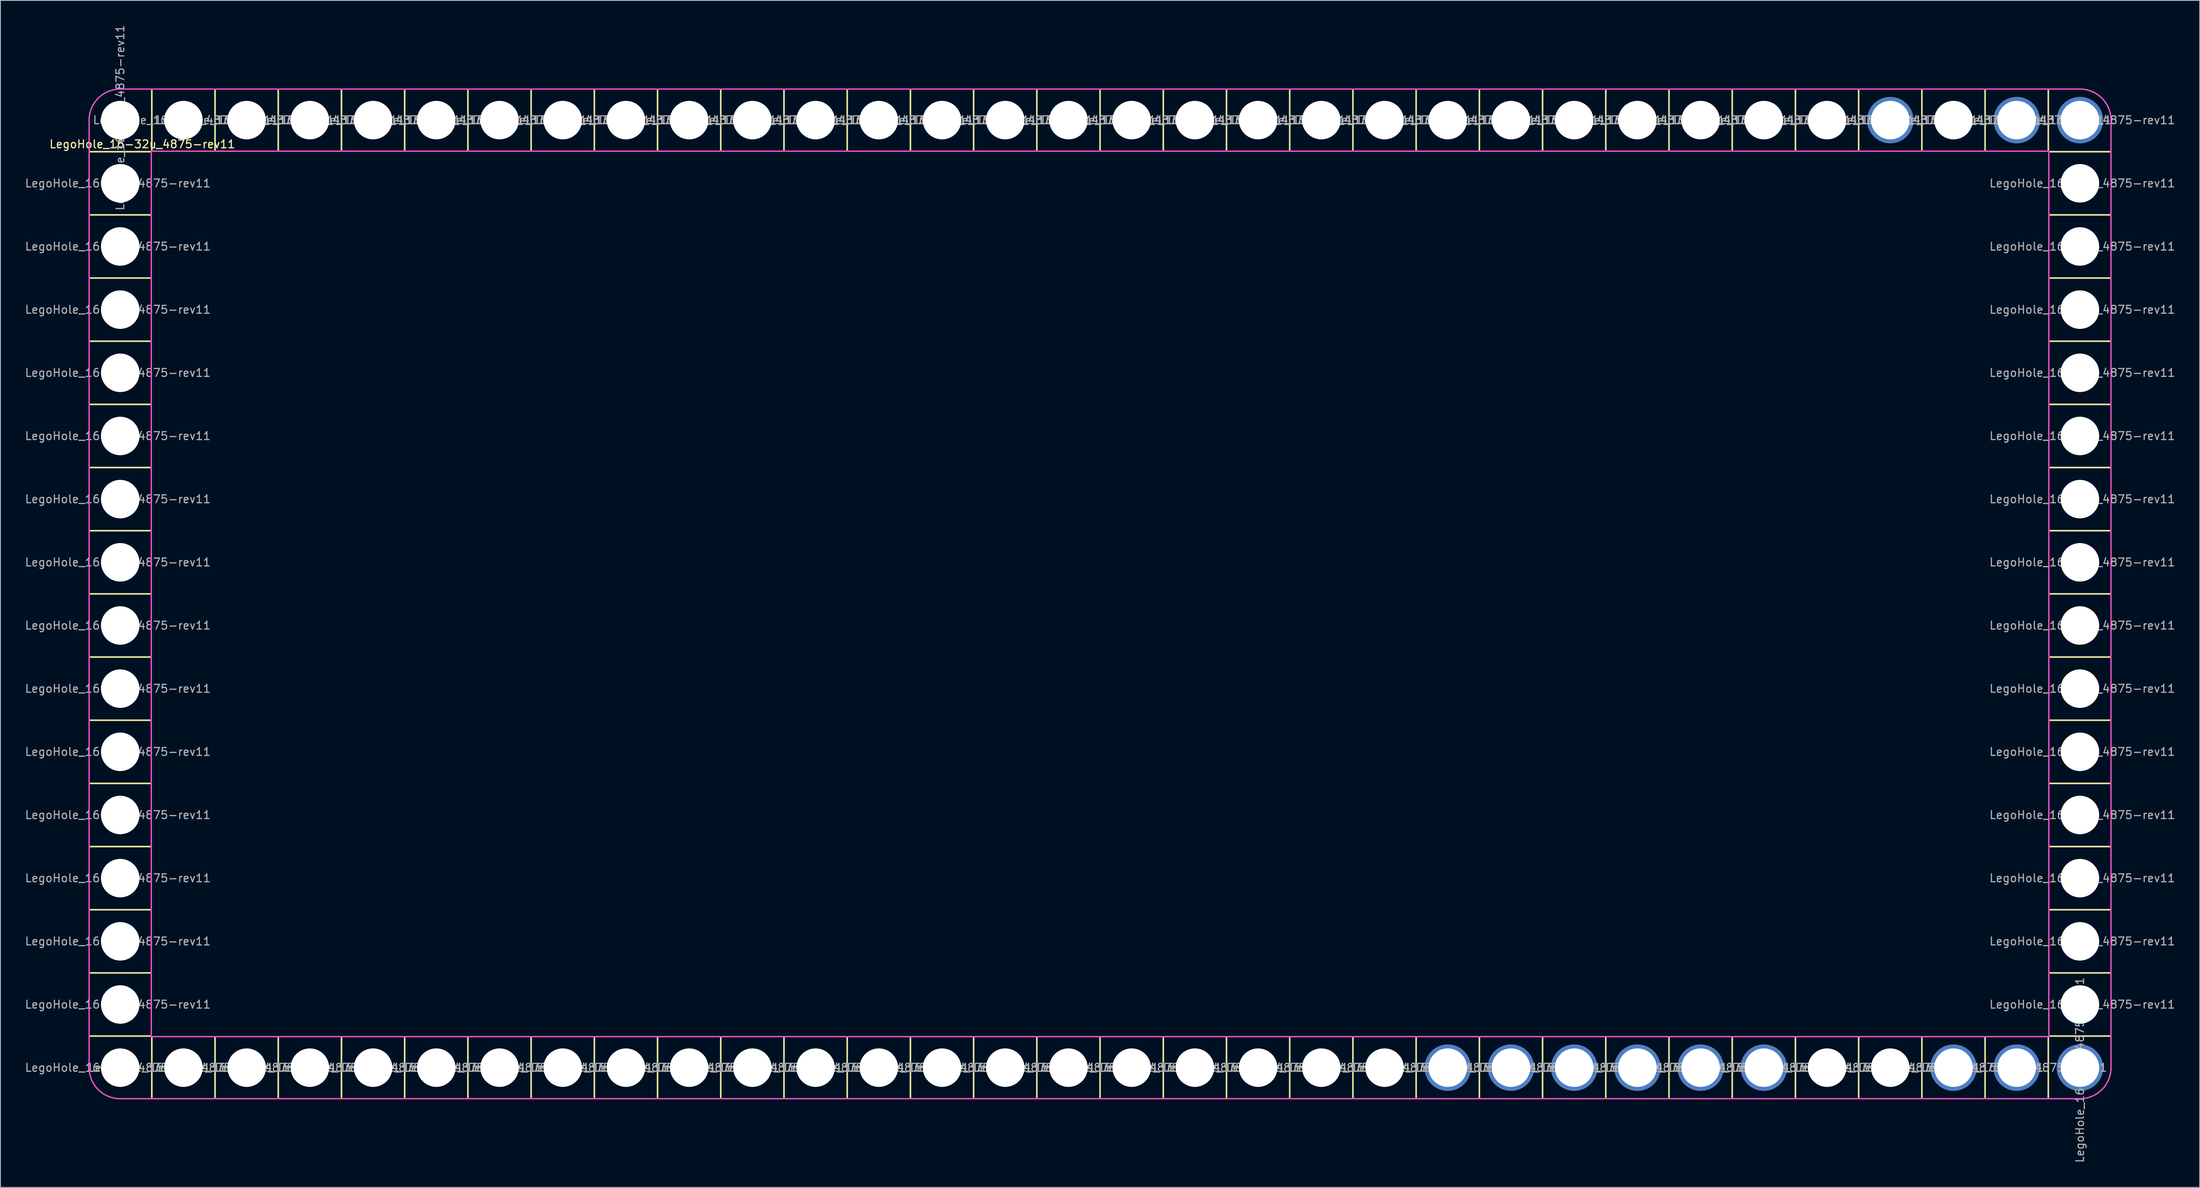
<source format=kicad_pcb>
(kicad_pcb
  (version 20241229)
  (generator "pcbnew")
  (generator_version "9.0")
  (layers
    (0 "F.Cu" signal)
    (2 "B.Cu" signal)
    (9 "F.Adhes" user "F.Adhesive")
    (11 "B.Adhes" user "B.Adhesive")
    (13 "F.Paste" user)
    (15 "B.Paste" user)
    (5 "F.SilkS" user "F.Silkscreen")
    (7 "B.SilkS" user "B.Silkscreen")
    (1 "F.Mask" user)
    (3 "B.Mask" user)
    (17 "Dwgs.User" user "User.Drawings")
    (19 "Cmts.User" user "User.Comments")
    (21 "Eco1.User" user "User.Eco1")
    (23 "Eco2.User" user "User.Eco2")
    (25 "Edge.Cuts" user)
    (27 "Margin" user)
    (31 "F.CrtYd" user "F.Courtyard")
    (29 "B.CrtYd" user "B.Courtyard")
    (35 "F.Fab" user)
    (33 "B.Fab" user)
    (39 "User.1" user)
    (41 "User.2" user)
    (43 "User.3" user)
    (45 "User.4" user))
  (footprint "LegoHole_16-32u_4875-rev11"
    (layer "F.Cu")
    (at 12.163 12.163)
    (property "Reference" "LegoHole_16-32u_4875-rev11" (at 2.794 3.048 0) (layer "F.SilkS") (effects (font (size 1 1) (thickness 0.15))))
    (attr exclude_from_pos_files)
    (fp_line (start -3.95 0) (end -3.95 3.95) (stroke (width 0.1) (type solid)) (layer "F.SilkS"))
    (fp_line (start -3.95 3.95) (end 3.95 3.95) (stroke (width 0.1) (type solid)) (layer "F.SilkS"))
    (fp_line (start -3.95 120) (end -3.95 116.05) (stroke (width 0.1) (type solid)) (layer "F.SilkS"))
    (fp_line (start 0 -3.95) (end 3.95 -3.95) (stroke (width 0.1) (type solid)) (layer "F.SilkS"))
    (fp_line (start 0 123.95) (end 3.95 123.95) (stroke (width 0.1) (type solid)) (layer "F.SilkS"))
    (fp_line (start 3.95 3.95) (end 3.95 -3.95) (stroke (width 0.1) (type solid)) (layer "F.SilkS"))
    (fp_line (start 3.95 116.05) (end -3.95 116.05) (stroke (width 0.1) (type solid)) (layer "F.SilkS"))
    (fp_line (start 3.95 123.95) (end 3.95 116.05) (stroke (width 0.1) (type solid)) (layer "F.SilkS"))
    (fp_line (start 244.05 -3.95) (end 244.05 3.95) (stroke (width 0.1) (type solid)) (layer "F.SilkS"))
    (fp_line (start 244.05 3.95) (end 251.95 3.95) (stroke (width 0.1) (type solid)) (layer "F.SilkS"))
    (fp_line (start 244.05 116.05) (end 244.05 123.95) (stroke (width 0.1) (type solid)) (layer "F.SilkS"))
    (fp_line (start 248 -3.95) (end 244.05 -3.95) (stroke (width 0.1) (type solid)) (layer "F.SilkS"))
    (fp_line (start 248 123.95) (end 244.05 123.95) (stroke (width 0.1) (type solid)) (layer "F.SilkS"))
    (fp_line (start 251.95 0) (end 251.95 3.95) (stroke (width 0.1) (type solid)) (layer "F.SilkS"))
    (fp_line (start 251.95 116.05) (end 244.05 116.05) (stroke (width 0.1) (type solid)) (layer "F.SilkS"))
    (fp_line (start 251.95 120) (end 251.95 116.05) (stroke (width 0.1) (type solid)) (layer "F.SilkS"))
    (fp_rect (start 3.95 11.95) (end -3.95 4.05) (stroke (width 0.1) (type solid)) (fill no) (layer "F.SilkS"))
    (fp_rect (start 3.95 19.95) (end -3.95 12.05) (stroke (width 0.1) (type solid)) (fill no) (layer "F.SilkS"))
    (fp_rect (start 3.95 27.95) (end -3.95 20.05) (stroke (width 0.1) (type solid)) (fill no) (layer "F.SilkS"))
    (fp_rect (start 3.95 35.95) (end -3.95 28.05) (stroke (width 0.1) (type solid)) (fill no) (layer "F.SilkS"))
    (fp_rect (start 3.95 43.95) (end -3.95 36.05) (stroke (width 0.1) (type solid)) (fill no) (layer "F.SilkS"))
    (fp_rect (start 3.95 51.95) (end -3.95 44.05) (stroke (width 0.1) (type solid)) (fill no) (layer "F.SilkS"))
    (fp_rect (start 3.95 59.95) (end -3.95 52.05) (stroke (width 0.1) (type solid)) (fill no) (layer "F.SilkS"))
    (fp_rect (start 3.95 67.95) (end -3.95 60.05) (stroke (width 0.1) (type solid)) (fill no) (layer "F.SilkS"))
    (fp_rect (start 3.95 75.95) (end -3.95 68.05) (stroke (width 0.1) (type solid)) (fill no) (layer "F.SilkS"))
    (fp_rect (start 3.95 83.95) (end -3.95 76.05) (stroke (width 0.1) (type solid)) (fill no) (layer "F.SilkS"))
    (fp_rect (start 3.95 91.95) (end -3.95 84.05) (stroke (width 0.1) (type solid)) (fill no) (layer "F.SilkS"))
    (fp_rect (start 3.95 99.95) (end -3.95 92.05) (stroke (width 0.1) (type solid)) (fill no) (layer "F.SilkS"))
    (fp_rect (start 3.95 107.95) (end -3.95 100.05) (stroke (width 0.1) (type solid)) (fill no) (layer "F.SilkS"))
    (fp_rect (start 3.95 115.95) (end -3.95 108.05) (stroke (width 0.1) (type solid)) (fill no) (layer "F.SilkS"))
    (fp_rect (start 4.05 -3.95) (end 11.95 3.95) (stroke (width 0.1) (type solid)) (fill no) (layer "F.SilkS"))
    (fp_rect (start 11.95 123.95) (end 4.05 116.05) (stroke (width 0.1) (type solid)) (fill no) (layer "F.SilkS"))
    (fp_rect (start 12.05 -3.95) (end 19.95 3.95) (stroke (width 0.1) (type solid)) (fill no) (layer "F.SilkS"))
    (fp_rect (start 19.95 123.95) (end 12.05 116.05) (stroke (width 0.1) (type solid)) (fill no) (layer "F.SilkS"))
    (fp_rect (start 20.05 -3.95) (end 27.95 3.95) (stroke (width 0.1) (type solid)) (fill no) (layer "F.SilkS"))
    (fp_rect (start 27.95 123.95) (end 20.05 116.05) (stroke (width 0.1) (type solid)) (fill no) (layer "F.SilkS"))
    (fp_rect (start 28.05 -3.95) (end 35.95 3.95) (stroke (width 0.1) (type solid)) (fill no) (layer "F.SilkS"))
    (fp_rect (start 35.95 123.95) (end 28.05 116.05) (stroke (width 0.1) (type solid)) (fill no) (layer "F.SilkS"))
    (fp_rect (start 36.05 -3.95) (end 43.95 3.95) (stroke (width 0.1) (type solid)) (fill no) (layer "F.SilkS"))
    (fp_rect (start 43.95 123.95) (end 36.05 116.05) (stroke (width 0.1) (type solid)) (fill no) (layer "F.SilkS"))
    (fp_rect (start 44.05 -3.95) (end 51.95 3.95) (stroke (width 0.1) (type solid)) (fill no) (layer "F.SilkS"))
    (fp_rect (start 51.95 123.95) (end 44.05 116.05) (stroke (width 0.1) (type solid)) (fill no) (layer "F.SilkS"))
    (fp_rect (start 52.05 -3.95) (end 59.95 3.95) (stroke (width 0.1) (type solid)) (fill no) (layer "F.SilkS"))
    (fp_rect (start 59.95 123.95) (end 52.05 116.05) (stroke (width 0.1) (type solid)) (fill no) (layer "F.SilkS"))
    (fp_rect (start 60.05 -3.95) (end 67.95 3.95) (stroke (width 0.1) (type solid)) (fill no) (layer "F.SilkS"))
    (fp_rect (start 67.95 123.95) (end 60.05 116.05) (stroke (width 0.1) (type solid)) (fill no) (layer "F.SilkS"))
    (fp_rect (start 68.05 -3.95) (end 75.95 3.95) (stroke (width 0.1) (type solid)) (fill no) (layer "F.SilkS"))
    (fp_rect (start 75.95 123.95) (end 68.05 116.05) (stroke (width 0.1) (type solid)) (fill no) (layer "F.SilkS"))
    (fp_rect (start 76.05 -3.95) (end 83.95 3.95) (stroke (width 0.1) (type solid)) (fill no) (layer "F.SilkS"))
    (fp_rect (start 83.95 123.95) (end 76.05 116.05) (stroke (width 0.1) (type solid)) (fill no) (layer "F.SilkS"))
    (fp_rect (start 84.05 -3.95) (end 91.95 3.95) (stroke (width 0.1) (type solid)) (fill no) (layer "F.SilkS"))
    (fp_rect (start 91.95 123.95) (end 84.05 116.05) (stroke (width 0.1) (type solid)) (fill no) (layer "F.SilkS"))
    (fp_rect (start 92.05 -3.95) (end 99.95 3.95) (stroke (width 0.1) (type solid)) (fill no) (layer "F.SilkS"))
    (fp_rect (start 99.95 123.95) (end 92.05 116.05) (stroke (width 0.1) (type solid)) (fill no) (layer "F.SilkS"))
    (fp_rect (start 100.05 -3.95) (end 107.95 3.95) (stroke (width 0.1) (type solid)) (fill no) (layer "F.SilkS"))
    (fp_rect (start 107.95 123.95) (end 100.05 116.05) (stroke (width 0.1) (type solid)) (fill no) (layer "F.SilkS"))
    (fp_rect (start 108.05 -3.95) (end 115.95 3.95) (stroke (width 0.1) (type solid)) (fill no) (layer "F.SilkS"))
    (fp_rect (start 115.95 123.95) (end 108.05 116.05) (stroke (width 0.1) (type solid)) (fill no) (layer "F.SilkS"))
    (fp_rect (start 116.05 -3.95) (end 123.95 3.95) (stroke (width 0.1) (type solid)) (fill no) (layer "F.SilkS"))
    (fp_rect (start 123.95 123.95) (end 116.05 116.05) (stroke (width 0.1) (type solid)) (fill no) (layer "F.SilkS"))
    (fp_rect (start 124.05 -3.95) (end 131.95 3.95) (stroke (width 0.1) (type solid)) (fill no) (layer "F.SilkS"))
    (fp_rect (start 131.95 123.95) (end 124.05 116.05) (stroke (width 0.1) (type solid)) (fill no) (layer "F.SilkS"))
    (fp_rect (start 132.05 -3.95) (end 139.95 3.95) (stroke (width 0.1) (type solid)) (fill no) (layer "F.SilkS"))
    (fp_rect (start 139.95 123.95) (end 132.05 116.05) (stroke (width 0.1) (type solid)) (fill no) (layer "F.SilkS"))
    (fp_rect (start 140.05 -3.95) (end 147.95 3.95) (stroke (width 0.1) (type solid)) (fill no) (layer "F.SilkS"))
    (fp_rect (start 147.95 123.95) (end 140.05 116.05) (stroke (width 0.1) (type solid)) (fill no) (layer "F.SilkS"))
    (fp_rect (start 148.05 -3.95) (end 155.95 3.95) (stroke (width 0.1) (type solid)) (fill no) (layer "F.SilkS"))
    (fp_rect (start 155.95 123.95) (end 148.05 116.05) (stroke (width 0.1) (type solid)) (fill no) (layer "F.SilkS"))
    (fp_rect (start 156.05 -3.95) (end 163.95 3.95) (stroke (width 0.1) (type solid)) (fill no) (layer "F.SilkS"))
    (fp_rect (start 163.95 123.95) (end 156.05 116.05) (stroke (width 0.1) (type solid)) (fill no) (layer "F.SilkS"))
    (fp_rect (start 164.05 -3.95) (end 171.95 3.95) (stroke (width 0.1) (type solid)) (fill no) (layer "F.SilkS"))
    (fp_rect (start 171.95 123.95) (end 164.05 116.05) (stroke (width 0.1) (type solid)) (fill no) (layer "F.SilkS"))
    (fp_rect (start 172.05 -3.95) (end 179.95 3.95) (stroke (width 0.1) (type solid)) (fill no) (layer "F.SilkS"))
    (fp_rect (start 179.95 123.95) (end 172.05 116.05) (stroke (width 0.1) (type solid)) (fill no) (layer "F.SilkS"))
    (fp_rect (start 180.05 -3.95) (end 187.95 3.95) (stroke (width 0.1) (type solid)) (fill no) (layer "F.SilkS"))
    (fp_rect (start 187.95 123.95) (end 180.05 116.05) (stroke (width 0.1) (type solid)) (fill no) (layer "F.SilkS"))
    (fp_rect (start 188.05 -3.95) (end 195.95 3.95) (stroke (width 0.1) (type solid)) (fill no) (layer "F.SilkS"))
    (fp_rect (start 195.95 123.95) (end 188.05 116.05) (stroke (width 0.1) (type solid)) (fill no) (layer "F.SilkS"))
    (fp_rect (start 196.05 -3.95) (end 203.95 3.95) (stroke (width 0.1) (type solid)) (fill no) (layer "F.SilkS"))
    (fp_rect (start 203.95 123.95) (end 196.05 116.05) (stroke (width 0.1) (type solid)) (fill no) (layer "F.SilkS"))
    (fp_rect (start 204.05 -3.95) (end 211.95 3.95) (stroke (width 0.1) (type solid)) (fill no) (layer "F.SilkS"))
    (fp_rect (start 211.95 123.95) (end 204.05 116.05) (stroke (width 0.1) (type solid)) (fill no) (layer "F.SilkS"))
    (fp_rect (start 212.05 -3.95) (end 219.95 3.95) (stroke (width 0.1) (type solid)) (fill no) (layer "F.SilkS"))
    (fp_rect (start 219.95 123.95) (end 212.05 116.05) (stroke (width 0.1) (type solid)) (fill no) (layer "F.SilkS"))
    (fp_rect (start 220.05 -3.95) (end 227.95 3.95) (stroke (width 0.1) (type solid)) (fill no) (layer "F.SilkS"))
    (fp_rect (start 227.95 123.95) (end 220.05 116.05) (stroke (width 0.1) (type solid)) (fill no) (layer "F.SilkS"))
    (fp_rect (start 228.05 -3.95) (end 235.95 3.95) (stroke (width 0.1) (type solid)) (fill no) (layer "F.SilkS"))
    (fp_rect (start 235.95 123.95) (end 228.05 116.05) (stroke (width 0.1) (type solid)) (fill no) (layer "F.SilkS"))
    (fp_rect (start 236.05 -3.95) (end 243.95 3.95) (stroke (width 0.1) (type solid)) (fill no) (layer "F.SilkS"))
    (fp_rect (start 243.95 123.95) (end 236.05 116.05) (stroke (width 0.1) (type solid)) (fill no) (layer "F.SilkS"))
    (fp_rect (start 244.05 4.05) (end 251.95 11.95) (stroke (width 0.1) (type solid)) (fill no) (layer "F.SilkS"))
    (fp_rect (start 244.05 12.05) (end 251.95 19.95) (stroke (width 0.1) (type solid)) (fill no) (layer "F.SilkS"))
    (fp_rect (start 244.05 20.05) (end 251.95 27.95) (stroke (width 0.1) (type solid)) (fill no) (layer "F.SilkS"))
    (fp_rect (start 244.05 28.05) (end 251.95 35.95) (stroke (width 0.1) (type solid)) (fill no) (layer "F.SilkS"))
    (fp_rect (start 244.05 36.05) (end 251.95 43.95) (stroke (width 0.1) (type solid)) (fill no) (layer "F.SilkS"))
    (fp_rect (start 244.05 44.05) (end 251.95 51.95) (stroke (width 0.1) (type solid)) (fill no) (layer "F.SilkS"))
    (fp_rect (start 244.05 52.05) (end 251.95 59.95) (stroke (width 0.1) (type solid)) (fill no) (layer "F.SilkS"))
    (fp_rect (start 244.05 60.05) (end 251.95 67.95) (stroke (width 0.1) (type solid)) (fill no) (layer "F.SilkS"))
    (fp_rect (start 244.05 68.05) (end 251.95 75.95) (stroke (width 0.1) (type solid)) (fill no) (layer "F.SilkS"))
    (fp_rect (start 244.05 76.05) (end 251.95 83.95) (stroke (width 0.1) (type solid)) (fill no) (layer "F.SilkS"))
    (fp_rect (start 244.05 84.05) (end 251.95 91.95) (stroke (width 0.1) (type solid)) (fill no) (layer "F.SilkS"))
    (fp_rect (start 244.05 92.05) (end 251.95 99.95) (stroke (width 0.1) (type solid)) (fill no) (layer "F.SilkS"))
    (fp_rect (start 244.05 100.05) (end 251.95 107.95) (stroke (width 0.1) (type solid)) (fill no) (layer "F.SilkS"))
    (fp_rect (start 244.05 108.05) (end 251.95 115.95) (stroke (width 0.1) (type solid)) (fill no) (layer "F.SilkS"))
    (fp_arc (start -3.95 0) (mid -2.793072 -2.793072) (end 0 -3.95) (stroke (width 0.1) (type solid)) (layer "F.SilkS"))
    (fp_arc (start 0 123.95) (mid -2.793072 122.793072) (end -3.95 120) (stroke (width 0.1) (type solid)) (layer "F.SilkS"))
    (fp_arc (start 248 -3.95) (mid 250.793072 -2.793072) (end 251.95 0) (stroke (width 0.1) (type solid)) (layer "F.SilkS"))
    (fp_arc (start 251.95 120) (mid 250.793072 122.793072) (end 248 123.95) (stroke (width 0.1) (type solid)) (layer "F.SilkS"))
    (fp_line (start -3.9 3.88) (end -3.9 0) (stroke (width 0.12) (type solid)) (layer "F.CrtYd"))
    (fp_line (start -3.9 3.88) (end -3.9 120) (stroke (width 0.12) (type solid)) (layer "F.CrtYd"))
    (fp_line (start 3.9 3.9) (end 244.1 3.9) (stroke (width 0.12) (type solid)) (layer "F.CrtYd"))
    (fp_line (start 3.9 116.1) (end 3.9 3.9) (stroke (width 0.12) (type solid)) (layer "F.CrtYd"))
    (fp_line (start 3.9 123.9) (end 0 123.9) (stroke (width 0.12) (type solid)) (layer "F.CrtYd"))
    (fp_line (start 3.9 123.9) (end 248 123.9) (stroke (width 0.12) (type solid)) (layer "F.CrtYd"))
    (fp_line (start 244.1 -3.9) (end 0 -3.9) (stroke (width 0.12) (type solid)) (layer "F.CrtYd"))
    (fp_line (start 244.1 -3.9) (end 248 -3.9) (stroke (width 0.12) (type solid)) (layer "F.CrtYd"))
    (fp_line (start 244.1 3.9) (end 244.1 116.1) (stroke (width 0.12) (type solid)) (layer "F.CrtYd"))
    (fp_line (start 244.1 116.1) (end 3.9 116.1) (stroke (width 0.12) (type solid)) (layer "F.CrtYd"))
    (fp_line (start 251.9 116.1) (end 251.9 0) (stroke (width 0.12) (type solid)) (layer "F.CrtYd"))
    (fp_line (start 251.9 116.1) (end 251.9 120) (stroke (width 0.12) (type solid)) (layer "F.CrtYd"))
    (fp_arc (start -3.9 0) (mid -2.757716 -2.757716) (end 0 -3.9) (stroke (width 0.12) (type solid)) (layer "F.CrtYd"))
    (fp_arc (start 0 123.9) (mid -2.757716 122.757716) (end -3.9 120) (stroke (width 0.12) (type solid)) (layer "F.CrtYd"))
    (fp_arc (start 248 -3.9) (mid 250.757716 -2.757716) (end 251.9 0) (stroke (width 0.12) (type solid)) (layer "F.CrtYd"))
    (fp_arc (start 251.9 120) (mid 250.757716 122.757716) (end 248 123.9) (stroke (width 0.12) (type solid)) (layer "F.CrtYd"))
    (fp_text user "${REFERENCE}" (at 87.7 120 180) (layer "F.Fab") (effects (font (size 1 1) (thickness 0.15))))
    (fp_text user "${REFERENCE}" (at 31.7 120 180) (layer "F.Fab") (effects (font (size 1 1) (thickness 0.15))))
    (fp_text user "${REFERENCE}" (at 7.7 120 180) (layer "F.Fab") (effects (font (size 1 1) (thickness 0.15))))
    (fp_text user "${REFERENCE}" (at -0.3 72 180) (layer "F.Fab") (effects (font (size 1 1) (thickness 0.15))))
    (fp_text user "${REFERENCE}" (at 88.3 0 0) (layer "F.Fab") (effects (font (size 1 1) (thickness 0.15))))
    (fp_text user "${REFERENCE}" (at -0.3 64 180) (layer "F.Fab") (effects (font (size 1 1) (thickness 0.15))))
    (fp_text user "${REFERENCE}" (at 248.3 104 0) (layer "F.Fab") (effects (font (size 1 1) (thickness 0.15))))
    (fp_text user "${REFERENCE}" (at 168.3 0 0) (layer "F.Fab") (effects (font (size 1 1) (thickness 0.15))))
    (fp_text user "${REFERENCE}" (at 248.3 56 0) (layer "F.Fab") (effects (font (size 1 1) (thickness 0.15))))
    (fp_text user "${REFERENCE}" (at -0.3 48 180) (layer "F.Fab") (effects (font (size 1 1) (thickness 0.15))))
    (fp_text user "${REFERENCE}" (at 231.7 120 180) (layer "F.Fab") (effects (font (size 1 1) (thickness 0.15))))
    (fp_text user "${REFERENCE}" (at 32.3 0 0) (layer "F.Fab") (effects (font (size 1 1) (thickness 0.15))))
    (fp_text user "${REFERENCE}" (at 223.7 120 180) (layer "F.Fab") (effects (font (size 1 1) (thickness 0.15))))
    (fp_text user "${REFERENCE}" (at -0.3 120 180) (layer "F.Fab") (effects (font (size 1 1) (thickness 0.15))))
    (fp_text user "${REFERENCE}" (at -0.3 96 180) (layer "F.Fab") (effects (font (size 1 1) (thickness 0.15))))
    (fp_text user "${REFERENCE}" (at 143.7 120 180) (layer "F.Fab") (effects (font (size 1 1) (thickness 0.15))))
    (fp_text user "${REFERENCE}" (at 103.7 120 180) (layer "F.Fab") (effects (font (size 1 1) (thickness 0.15))))
    (fp_text user "${REFERENCE}" (at -0.3 8 180) (layer "F.Fab") (effects (font (size 1 1) (thickness 0.15))))
    (fp_text user "${REFERENCE}" (at 111.7 120 180) (layer "F.Fab") (effects (font (size 1 1) (thickness 0.15))))
    (fp_text user "${REFERENCE}" (at 184.3 0 0) (layer "F.Fab") (effects (font (size 1 1) (thickness 0.15))))
    (fp_text user "${REFERENCE}" (at 232.3 0 0) (layer "F.Fab") (effects (font (size 1 1) (thickness 0.15))))
    (fp_text user "${REFERENCE}" (at 248.3 88 0) (layer "F.Fab") (effects (font (size 1 1) (thickness 0.15))))
    (fp_text user "${REFERENCE}" (at 160.3 0 0) (layer "F.Fab") (effects (font (size 1 1) (thickness 0.15))))
    (fp_text user "${REFERENCE}" (at 159.7 120 180) (layer "F.Fab") (effects (font (size 1 1) (thickness 0.15))))
    (fp_text user "${REFERENCE}" (at 71.7 120 180) (layer "F.Fab") (effects (font (size 1 1) (thickness 0.15))))
    (fp_text user "${REFERENCE}" (at 248.3 80 0) (layer "F.Fab") (effects (font (size 1 1) (thickness 0.15))))
    (fp_text user "${REFERENCE}" (at 119.7 120 180) (layer "F.Fab") (effects (font (size 1 1) (thickness 0.15))))
    (fp_text user "${REFERENCE}" (at 104.3 0 0) (layer "F.Fab") (effects (font (size 1 1) (thickness 0.15))))
    (fp_text user "${REFERENCE}" (at 40.3 0 0) (layer "F.Fab") (effects (font (size 1 1) (thickness 0.15))))
    (fp_text user "${REFERENCE}" (at 95.7 120 180) (layer "F.Fab") (effects (font (size 1 1) (thickness 0.15))))
    (fp_text user "${REFERENCE}" (at -0.3 24 180) (layer "F.Fab") (effects (font (size 1 1) (thickness 0.15))))
    (fp_text user "${REFERENCE}" (at 191.7 120 180) (layer "F.Fab") (effects (font (size 1 1) (thickness 0.15))))
    (fp_text user "${REFERENCE}" (at 183.7 120 180) (layer "F.Fab") (effects (font (size 1 1) (thickness 0.15))))
    (fp_text user "${REFERENCE}" (at 63.7 120 180) (layer "F.Fab") (effects (font (size 1 1) (thickness 0.15))))
    (fp_text user "${REFERENCE}" (at 248.3 48 0) (layer "F.Fab") (effects (font (size 1 1) (thickness 0.15))))
    (fp_text user "${REFERENCE}" (at -0.3 112 180) (layer "F.Fab") (effects (font (size 1 1) (thickness 0.15))))
    (fp_text user "${REFERENCE}" (at 151.7 120 180) (layer "F.Fab") (effects (font (size 1 1) (thickness 0.15))))
    (fp_text user "${REFERENCE}" (at 23.7 120 180) (layer "F.Fab") (effects (font (size 1 1) (thickness 0.15))))
    (fp_text user "${REFERENCE}" (at -0.3 80 180) (layer "F.Fab") (effects (font (size 1 1) (thickness 0.15))))
    (fp_text user "${REFERENCE}" (at 16.3 0 0) (layer "F.Fab") (effects (font (size 1 1) (thickness 0.15))))
    (fp_text user "${REFERENCE}" (at -0.3 56 180) (layer "F.Fab") (effects (font (size 1 1) (thickness 0.15))))
    (fp_text user "${REFERENCE}" (at 96.3 0 0) (layer "F.Fab") (effects (font (size 1 1) (thickness 0.15))))
    (fp_text user "${REFERENCE}" (at 48.3 0 0) (layer "F.Fab") (effects (font (size 1 1) (thickness 0.15))))
    (fp_text user "${REFERENCE}" (at 216.3 0 0) (layer "F.Fab") (effects (font (size 1 1) (thickness 0.15))))
    (fp_text user "${REFERENCE}" (at 248.3 40 0) (layer "F.Fab") (effects (font (size 1 1) (thickness 0.15))))
    (fp_text user "${REFERENCE}" (at 8.3 0 0) (layer "F.Fab") (effects (font (size 1 1) (thickness 0.15))))
    (fp_text user "${REFERENCE}" (at 248.3 32 0) (layer "F.Fab") (effects (font (size 1 1) (thickness 0.15))))
    (fp_text user "${REFERENCE}" (at -0.3 40 180) (layer "F.Fab") (effects (font (size 1 1) (thickness 0.15))))
    (fp_text user "${REFERENCE}" (at 175.7 120 180) (layer "F.Fab") (effects (font (size 1 1) (thickness 0.15))))
    (fp_text user "${REFERENCE}" (at 239.7 120 180) (layer "F.Fab") (effects (font (size 1 1) (thickness 0.15))))
    (fp_text user "${REFERENCE}" (at 0 -0.3 90) (layer "F.Fab") (effects (font (size 1 1) (thickness 0.15))))
    (fp_text user "${REFERENCE}" (at 112.3 0 0) (layer "F.Fab") (effects (font (size 1 1) (thickness 0.15))))
    (fp_text user "${REFERENCE}" (at 80.3 0 0) (layer "F.Fab") (effects (font (size 1 1) (thickness 0.15))))
    (fp_text user "${REFERENCE}" (at 39.7 120 180) (layer "F.Fab") (effects (font (size 1 1) (thickness 0.15))))
    (fp_text user "${REFERENCE}" (at 200.3 0 0) (layer "F.Fab") (effects (font (size 1 1) (thickness 0.15))))
    (fp_text user "${REFERENCE}" (at 120.3 0 0) (layer "F.Fab") (effects (font (size 1 1) (thickness 0.15))))
    (fp_text user "${REFERENCE}" (at 224.3 0 0) (layer "F.Fab") (effects (font (size 1 1) (thickness 0.15))))
    (fp_text user "${REFERENCE}" (at 79.7 120 180) (layer "F.Fab") (effects (font (size 1 1) (thickness 0.15))))
    (fp_text user "${REFERENCE}" (at -0.3 16 180) (layer "F.Fab") (effects (font (size 1 1) (thickness 0.15))))
    (fp_text user "${REFERENCE}" (at 176.3 0 0) (layer "F.Fab") (effects (font (size 1 1) (thickness 0.15))))
    (fp_text user "${REFERENCE}" (at 64.3 0 0) (layer "F.Fab") (effects (font (size 1 1) (thickness 0.15))))
    (fp_text user "${REFERENCE}" (at 248.3 96 0) (layer "F.Fab") (effects (font (size 1 1) (thickness 0.15))))
    (fp_text user "${REFERENCE}" (at 208.3 0 0) (layer "F.Fab") (effects (font (size 1 1) (thickness 0.15))))
    (fp_text user "${REFERENCE}" (at 24.3 0 0) (layer "F.Fab") (effects (font (size 1 1) (thickness 0.15))))
    (fp_text user "${REFERENCE}" (at 248.3 8 0) (layer "F.Fab") (effects (font (size 1 1) (thickness 0.15))))
    (fp_text user "${REFERENCE}" (at 192.3 0 0) (layer "F.Fab") (effects (font (size 1 1) (thickness 0.15))))
    (fp_text user "${REFERENCE}" (at 248 120.3 270) (layer "F.Fab") (effects (font (size 1 1) (thickness 0.15))))
    (fp_text user "${REFERENCE}" (at 248.3 112 0) (layer "F.Fab") (effects (font (size 1 1) (thickness 0.15))))
    (fp_text user "${REFERENCE}" (at 215.7 120 180) (layer "F.Fab") (effects (font (size 1 1) (thickness 0.15))))
    (fp_text user "${REFERENCE}" (at 135.7 120 180) (layer "F.Fab") (effects (font (size 1 1) (thickness 0.15))))
    (fp_text user "${REFERENCE}" (at 248.3 72 0) (layer "F.Fab") (effects (font (size 1 1) (thickness 0.15))))
    (fp_text user "${REFERENCE}" (at 56.3 0 0) (layer "F.Fab") (effects (font (size 1 1) (thickness 0.15))))
    (fp_text user "${REFERENCE}" (at 152.3 0 0) (layer "F.Fab") (effects (font (size 1 1) (thickness 0.15))))
    (fp_text user "${REFERENCE}" (at 15.7 120 180) (layer "F.Fab") (effects (font (size 1 1) (thickness 0.15))))
    (fp_text user "${REFERENCE}" (at 136.3 0 0) (layer "F.Fab") (effects (font (size 1 1) (thickness 0.15))))
    (fp_text user "${REFERENCE}" (at 207.7 120 180) (layer "F.Fab") (effects (font (size 1 1) (thickness 0.15))))
    (fp_text user "${REFERENCE}" (at 127.7 120 180) (layer "F.Fab") (effects (font (size 1 1) (thickness 0.15))))
    (fp_text user "${REFERENCE}" (at -0.3 88 180) (layer "F.Fab") (effects (font (size 1 1) (thickness 0.15))))
    (fp_text user "${REFERENCE}" (at 144.3 0 0) (layer "F.Fab") (effects (font (size 1 1) (thickness 0.15))))
    (fp_text user "${REFERENCE}" (at 248.3 0 0) (layer "F.Fab") (effects (font (size 1 1) (thickness 0.15))))
    (fp_text user "${REFERENCE}" (at 248.3 24 0) (layer "F.Fab") (effects (font (size 1 1) (thickness 0.15))))
    (fp_text user "${REFERENCE}" (at 72.3 0 0) (layer "F.Fab") (effects (font (size 1 1) (thickness 0.15))))
    (fp_text user "${REFERENCE}" (at -0.3 32 180) (layer "F.Fab") (effects (font (size 1 1) (thickness 0.15))))
    (fp_text user "${REFERENCE}" (at -0.3 104 180) (layer "F.Fab") (effects (font (size 1 1) (thickness 0.15))))
    (fp_text user "${REFERENCE}" (at 128.3 0 0) (layer "F.Fab") (effects (font (size 1 1) (thickness 0.15))))
    (fp_text user "${REFERENCE}" (at 47.7 120 180) (layer "F.Fab") (effects (font (size 1 1) (thickness 0.15))))
    (fp_text user "${REFERENCE}" (at 167.7 120 180) (layer "F.Fab") (effects (font (size 1 1) (thickness 0.15))))
    (fp_text user "${REFERENCE}" (at 240.3 0 0) (layer "F.Fab") (effects (font (size 1 1) (thickness 0.15))))
    (fp_text user "${REFERENCE}" (at 248.3 64 0) (layer "F.Fab") (effects (font (size 1 1) (thickness 0.15))))
    (fp_text user "${REFERENCE}" (at 55.7 120 180) (layer "F.Fab") (effects (font (size 1 1) (thickness 0.15))))
    (fp_text user "${REFERENCE}" (at 248.3 16 0) (layer "F.Fab") (effects (font (size 1 1) (thickness 0.15))))
    (fp_text user "${REFERENCE}" (at 199.7 120 180) (layer "F.Fab") (effects (font (size 1 1) (thickness 0.15))))
    (pad "" np_thru_hole circle (at 0 0 90) (size 4.875 4.875) (drill 4.875) (layers "*.Cu" "*.Mask"))
    (pad "" np_thru_hole circle (at 0 8 180) (size 4.875 4.875) (drill 4.875) (layers "*.Cu" "*.Mask"))
    (pad "" np_thru_hole circle (at 0 16 180) (size 4.875 4.875) (drill 4.875) (layers "*.Cu" "*.Mask"))
    (pad "" np_thru_hole circle (at 0 24 180) (size 4.875 4.875) (drill 4.875) (layers "*.Cu" "*.Mask"))
    (pad "" np_thru_hole circle (at 0 32 180) (size 4.875 4.875) (drill 4.875) (layers "*.Cu" "*.Mask"))
    (pad "" np_thru_hole circle (at 0 40 180) (size 4.875 4.875) (drill 4.875) (layers "*.Cu" "*.Mask"))
    (pad "" np_thru_hole circle (at 0 48 180) (size 4.875 4.875) (drill 4.875) (layers "*.Cu" "*.Mask"))
    (pad "" np_thru_hole circle (at 0 56 180) (size 4.875 4.875) (drill 4.875) (layers "*.Cu" "*.Mask"))
    (pad "" np_thru_hole circle (at 0 64 180) (size 4.875 4.875) (drill 4.875) (layers "*.Cu" "*.Mask"))
    (pad "" np_thru_hole circle (at 0 72 180) (size 4.875 4.875) (drill 4.875) (layers "*.Cu" "*.Mask"))
    (pad "" np_thru_hole circle (at 0 80 180) (size 4.875 4.875) (drill 4.875) (layers "*.Cu" "*.Mask"))
    (pad "" np_thru_hole circle (at 0 88 180) (size 4.875 4.875) (drill 4.875) (layers "*.Cu" "*.Mask"))
    (pad "" np_thru_hole circle (at 0 96 180) (size 4.875 4.875) (drill 4.875) (layers "*.Cu" "*.Mask"))
    (pad "" np_thru_hole circle (at 0 104 180) (size 4.875 4.875) (drill 4.875) (layers "*.Cu" "*.Mask"))
    (pad "" np_thru_hole circle (at 0 112 180) (size 4.875 4.875) (drill 4.875) (layers "*.Cu" "*.Mask"))
    (pad "" np_thru_hole circle (at 0 120 180) (size 4.875 4.875) (drill 4.875) (layers "*.Cu" "*.Mask"))
    (pad "" np_thru_hole circle (at 8 0) (size 4.875 4.875) (drill 4.875) (layers "*.Cu" "*.Mask"))
    (pad "" np_thru_hole circle (at 8 120 180) (size 4.875 4.875) (drill 4.875) (layers "*.Cu" "*.Mask"))
    (pad "" np_thru_hole circle (at 16 0) (size 4.875 4.875) (drill 4.875) (layers "*.Cu" "*.Mask"))
    (pad "" np_thru_hole circle (at 16 120 180) (size 4.875 4.875) (drill 4.875) (layers "*.Cu" "*.Mask"))
    (pad "" np_thru_hole circle (at 24 0) (size 4.875 4.875) (drill 4.875) (layers "*.Cu" "*.Mask"))
    (pad "" np_thru_hole circle (at 24 120 180) (size 4.875 4.875) (drill 4.875) (layers "*.Cu" "*.Mask"))
    (pad "" np_thru_hole circle (at 32 0) (size 4.875 4.875) (drill 4.875) (layers "*.Cu" "*.Mask"))
    (pad "" np_thru_hole circle (at 32 120 180) (size 4.875 4.875) (drill 4.875) (layers "*.Cu" "*.Mask"))
    (pad "" np_thru_hole circle (at 40 0) (size 4.875 4.875) (drill 4.875) (layers "*.Cu" "*.Mask"))
    (pad "" np_thru_hole circle (at 40 120 180) (size 4.875 4.875) (drill 4.875) (layers "*.Cu" "*.Mask"))
    (pad "" np_thru_hole circle (at 48 0) (size 4.875 4.875) (drill 4.875) (layers "*.Cu" "*.Mask"))
    (pad "" np_thru_hole circle (at 48 120 180) (size 4.875 4.875) (drill 4.875) (layers "*.Cu" "*.Mask"))
    (pad "" np_thru_hole circle (at 56 0) (size 4.875 4.875) (drill 4.875) (layers "*.Cu" "*.Mask"))
    (pad "" np_thru_hole circle (at 56 120 180) (size 4.875 4.875) (drill 4.875) (layers "*.Cu" "*.Mask"))
    (pad "" np_thru_hole circle (at 64 0) (size 4.875 4.875) (drill 4.875) (layers "*.Cu" "*.Mask"))
    (pad "" np_thru_hole circle (at 64 120 180) (size 4.875 4.875) (drill 4.875) (layers "*.Cu" "*.Mask"))
    (pad "" np_thru_hole circle (at 72 0) (size 4.875 4.875) (drill 4.875) (layers "*.Cu" "*.Mask"))
    (pad "" np_thru_hole circle (at 72 120 180) (size 4.875 4.875) (drill 4.875) (layers "*.Cu" "*.Mask"))
    (pad "" np_thru_hole circle (at 80 0) (size 4.875 4.875) (drill 4.875) (layers "*.Cu" "*.Mask"))
    (pad "" np_thru_hole circle (at 80 120 180) (size 4.875 4.875) (drill 4.875) (layers "*.Cu" "*.Mask"))
    (pad "" np_thru_hole circle (at 88 0) (size 4.875 4.875) (drill 4.875) (layers "*.Cu" "*.Mask"))
    (pad "" np_thru_hole circle (at 88 120 180) (size 4.875 4.875) (drill 4.875) (layers "*.Cu" "*.Mask"))
    (pad "" np_thru_hole circle (at 96 0) (size 4.875 4.875) (drill 4.875) (layers "*.Cu" "*.Mask"))
    (pad "" np_thru_hole circle (at 96 120 180) (size 4.875 4.875) (drill 4.875) (layers "*.Cu" "*.Mask"))
    (pad "" np_thru_hole circle (at 104 0) (size 4.875 4.875) (drill 4.875) (layers "*.Cu" "*.Mask"))
    (pad "" np_thru_hole circle (at 104 120 180) (size 4.875 4.875) (drill 4.875) (layers "*.Cu" "*.Mask"))
    (pad "" np_thru_hole circle (at 112 0) (size 4.875 4.875) (drill 4.875) (layers "*.Cu" "*.Mask"))
    (pad "" np_thru_hole circle (at 112 120 180) (size 4.875 4.875) (drill 4.875) (layers "*.Cu" "*.Mask"))
    (pad "" np_thru_hole circle (at 120 0) (size 4.875 4.875) (drill 4.875) (layers "*.Cu" "*.Mask"))
    (pad "" np_thru_hole circle (at 120 120 180) (size 4.875 4.875) (drill 4.875) (layers "*.Cu" "*.Mask"))
    (pad "" np_thru_hole circle (at 128 0) (size 4.875 4.875) (drill 4.875) (layers "*.Cu" "*.Mask"))
    (pad "" np_thru_hole circle (at 128 120 180) (size 4.875 4.875) (drill 4.875) (layers "*.Cu" "*.Mask"))
    (pad "" np_thru_hole circle (at 136 0) (size 4.875 4.875) (drill 4.875) (layers "*.Cu" "*.Mask"))
    (pad "" np_thru_hole circle (at 136 120 180) (size 4.875 4.875) (drill 4.875) (layers "*.Cu" "*.Mask"))
    (pad "" np_thru_hole circle (at 144 0) (size 4.875 4.875) (drill 4.875) (layers "*.Cu" "*.Mask"))
    (pad "" np_thru_hole circle (at 144 120 180) (size 4.875 4.875) (drill 4.875) (layers "*.Cu" "*.Mask"))
    (pad "" np_thru_hole circle (at 152 0) (size 4.875 4.875) (drill 4.875) (layers "*.Cu" "*.Mask"))
    (pad "" np_thru_hole circle (at 152 120 180) (size 4.875 4.875) (drill 4.875) (layers "*.Cu" "*.Mask"))
    (pad "" np_thru_hole circle (at 160 0) (size 4.875 4.875) (drill 4.875) (layers "*.Cu" "*.Mask"))
    (pad "" np_thru_hole circle (at 160 120 180) (size 4.875 4.875) (drill 4.875) (layers "*.Cu" "*.Mask"))
    (pad "" np_thru_hole circle (at 168 0) (size 4.875 4.875) (drill 4.875) (layers "*.Cu" "*.Mask"))
    (pad "" np_thru_hole circle (at 168 120 180) (size 5.875 5.875) (drill 4.875) (layers "*.Cu" "*.Mask"))
    (pad "" np_thru_hole circle (at 176 0) (size 4.875 4.875) (drill 4.875) (layers "*.Cu" "*.Mask"))
    (pad "" np_thru_hole circle (at 176 120 180) (size 5.875 5.875) (drill 4.875) (layers "*.Cu" "*.Mask"))
    (pad "" np_thru_hole circle (at 184 0) (size 4.875 4.875) (drill 4.875) (layers "*.Cu" "*.Mask"))
    (pad "" np_thru_hole circle (at 184 120 180) (size 5.875 5.875) (drill 4.875) (layers "*.Cu" "*.Mask"))
    (pad "" np_thru_hole circle (at 192 0) (size 4.875 4.875) (drill 4.875) (layers "*.Cu" "*.Mask"))
    (pad "" np_thru_hole circle (at 192 120 180) (size 5.875 5.875) (drill 4.875) (layers "*.Cu" "*.Mask"))
    (pad "" np_thru_hole circle (at 200 0) (size 4.875 4.875) (drill 4.875) (layers "*.Cu" "*.Mask"))
    (pad "" np_thru_hole circle (at 200 120 180) (size 5.875 5.875) (drill 4.875) (layers "*.Cu" "*.Mask"))
    (pad "" np_thru_hole circle (at 208 0) (size 4.875 4.875) (drill 4.875) (layers "*.Cu" "*.Mask"))
    (pad "" np_thru_hole circle (at 208 120 180) (size 5.875 5.875) (drill 4.875) (layers "*.Cu" "*.Mask"))
    (pad "" np_thru_hole circle (at 216 0) (size 4.875 4.875) (drill 4.875) (layers "*.Cu" "*.Mask"))
    (pad "" np_thru_hole circle (at 216 120 180) (size 4.875 4.875) (drill 4.875) (layers "*.Cu" "*.Mask"))
    (pad "" np_thru_hole circle (at 224 0) (size 5.875 5.875) (drill 4.875) (layers "*.Cu" "*.Mask"))
    (pad "" np_thru_hole circle (at 224 120 180) (size 4.875 4.875) (drill 4.875) (layers "*.Cu" "*.Mask"))
    (pad "" np_thru_hole circle (at 232 0) (size 4.875 4.875) (drill 4.875) (layers "*.Cu" "*.Mask"))
    (pad "" np_thru_hole circle (at 232 120 180) (size 5.875 5.875) (drill 4.875) (layers "*.Cu" "*.Mask"))
    (pad "" np_thru_hole circle (at 240 0) (size 5.875 5.875) (drill 4.875) (layers "*.Cu" "*.Mask"))
    (pad "" np_thru_hole circle (at 240 120 180) (size 5.875 5.875) (drill 4.875) (layers "*.Cu" "*.Mask"))
    (pad "" np_thru_hole circle (at 248 0) (size 5.875 5.875) (drill 4.875) (layers "*.Cu" "*.Mask"))
    (pad "" np_thru_hole circle (at 248 8) (size 4.875 4.875) (drill 4.875) (layers "*.Cu" "*.Mask"))
    (pad "" np_thru_hole circle (at 248 16) (size 4.875 4.875) (drill 4.875) (layers "*.Cu" "*.Mask"))
    (pad "" np_thru_hole circle (at 248 24) (size 4.875 4.875) (drill 4.875) (layers "*.Cu" "*.Mask"))
    (pad "" np_thru_hole circle (at 248 32) (size 4.875 4.875) (drill 4.875) (layers "*.Cu" "*.Mask"))
    (pad "" np_thru_hole circle (at 248 40) (size 4.875 4.875) (drill 4.875) (layers "*.Cu" "*.Mask"))
    (pad "" np_thru_hole circle (at 248 48) (size 4.875 4.875) (drill 4.875) (layers "*.Cu" "*.Mask"))
    (pad "" np_thru_hole circle (at 248 56) (size 4.875 4.875) (drill 4.875) (layers "*.Cu" "*.Mask"))
    (pad "" np_thru_hole circle (at 248 64) (size 4.875 4.875) (drill 4.875) (layers "*.Cu" "*.Mask"))
    (pad "" np_thru_hole circle (at 248 72) (size 4.875 4.875) (drill 4.875) (layers "*.Cu" "*.Mask"))
    (pad "" np_thru_hole circle (at 248 80) (size 4.875 4.875) (drill 4.875) (layers "*.Cu" "*.Mask"))
    (pad "" np_thru_hole circle (at 248 88) (size 4.875 4.875) (drill 4.875) (layers "*.Cu" "*.Mask"))
    (pad "" np_thru_hole circle (at 248 96) (size 4.875 4.875) (drill 4.875) (layers "*.Cu" "*.Mask"))
    (pad "" np_thru_hole circle (at 248 104) (size 4.875 4.875) (drill 4.875) (layers "*.Cu" "*.Mask"))
    (pad "" np_thru_hole circle (at 248 112) (size 4.875 4.875) (drill 4.875) (layers "*.Cu" "*.Mask"))
    (pad "" np_thru_hole circle (at 248 120 270) (size 5.875 5.875) (drill 4.875) (layers "*.Cu" "*.Mask")))
  (gr_rect
    (start -3 -3)
    (end 275.326 147.326)
    (stroke (width 0.1) (type default))
    (fill no)
    (layer "Edge.Cuts")))
</source>
